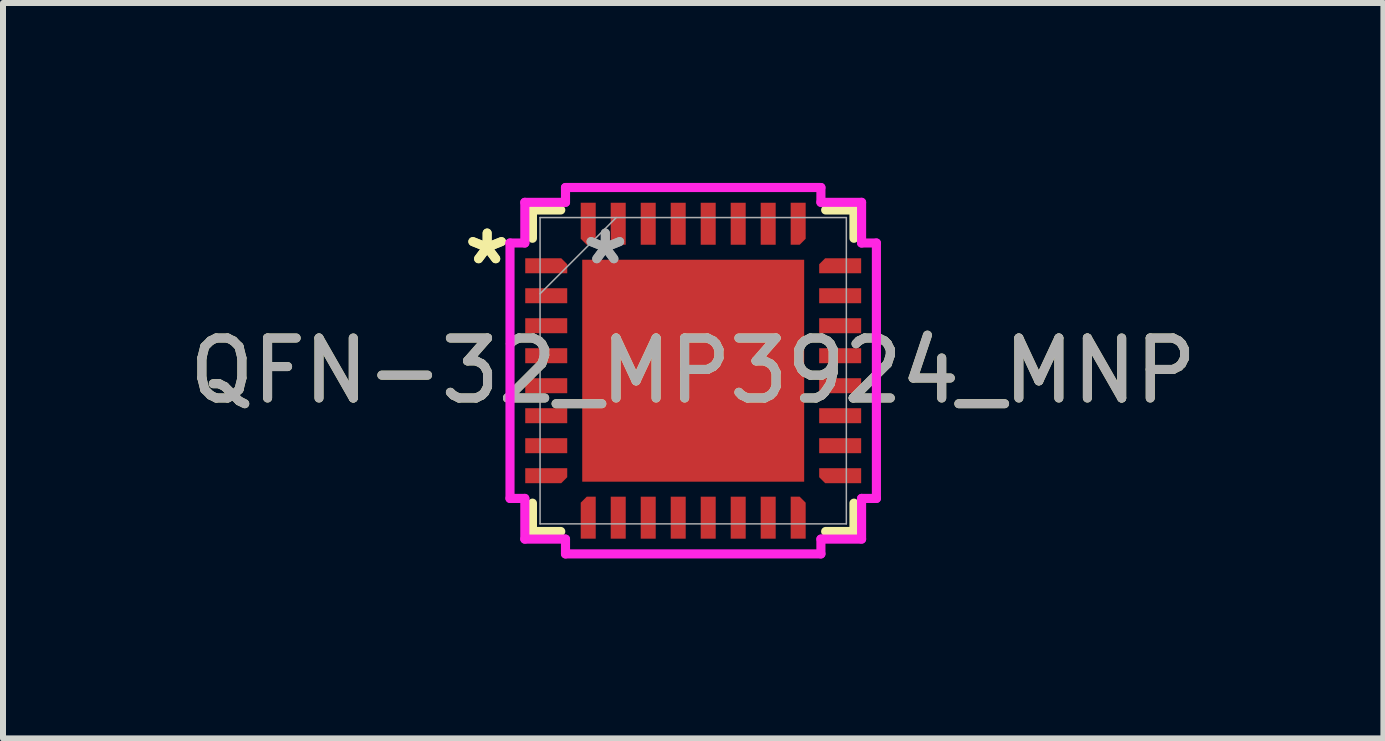
<source format=kicad_pcb>
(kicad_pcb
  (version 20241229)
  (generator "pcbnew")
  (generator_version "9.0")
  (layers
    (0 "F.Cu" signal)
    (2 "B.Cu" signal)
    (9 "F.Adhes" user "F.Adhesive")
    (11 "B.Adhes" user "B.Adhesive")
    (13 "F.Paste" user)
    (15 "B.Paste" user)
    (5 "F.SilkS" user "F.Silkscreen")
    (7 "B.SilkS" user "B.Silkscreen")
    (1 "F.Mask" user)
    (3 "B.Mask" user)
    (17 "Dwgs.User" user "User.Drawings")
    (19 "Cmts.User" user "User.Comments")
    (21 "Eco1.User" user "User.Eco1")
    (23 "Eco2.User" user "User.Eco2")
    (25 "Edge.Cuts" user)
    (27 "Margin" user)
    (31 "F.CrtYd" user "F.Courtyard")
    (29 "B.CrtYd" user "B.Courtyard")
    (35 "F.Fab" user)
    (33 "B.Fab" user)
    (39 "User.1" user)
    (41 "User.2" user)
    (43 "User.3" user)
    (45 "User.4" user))
  (footprint "QFN-32_MP3924_MNP"
    (layer "F.Cu")
    (at 8.506 3.13)
    (property "Reference" "QFN-32_MP3924_MNP" (at 0 0 0) (unlocked yes) (layer "F.SilkS") (effects (font (size 1 1) (thickness 0.15))))
    (attr smd)
    (fp_line (start -2.68 -2.68) (end -2.68 -2.208) (stroke (width 0.152) (type solid)) (layer "F.SilkS"))
    (fp_line (start -2.68 2.208) (end -2.68 2.68) (stroke (width 0.152) (type solid)) (layer "F.SilkS"))
    (fp_line (start -2.68 2.68) (end -2.208 2.68) (stroke (width 0.152) (type solid)) (layer "F.SilkS"))
    (fp_line (start -2.208 -2.68) (end -2.68 -2.68) (stroke (width 0.152) (type solid)) (layer "F.SilkS"))
    (fp_line (start 2.208 2.68) (end 2.68 2.68) (stroke (width 0.152) (type solid)) (layer "F.SilkS"))
    (fp_line (start 2.68 -2.68) (end 2.208 -2.68) (stroke (width 0.152) (type solid)) (layer "F.SilkS"))
    (fp_line (start 2.68 -2.208) (end 2.68 -2.68) (stroke (width 0.152) (type solid)) (layer "F.SilkS"))
    (fp_line (start 2.68 2.68) (end 2.68 2.208) (stroke (width 0.152) (type solid)) (layer "F.SilkS"))
    (fp_poly (pts (xy -1.75 -1.75) (xy -1.75 -0.1) (xy -0.1 -0.1) (xy -0.1 -1.75)) (stroke (width 0) (type solid)) (fill yes) (layer "F.Paste"))
    (fp_poly (pts (xy -1.75 0.1) (xy -1.75 1.75) (xy -0.1 1.75) (xy -0.1 0.1)) (stroke (width 0) (type solid)) (fill yes) (layer "F.Paste"))
    (fp_poly (pts (xy 0.1 -1.75) (xy 0.1 -0.1) (xy 1.75 -0.1) (xy 1.75 -1.75)) (stroke (width 0) (type solid)) (fill yes) (layer "F.Paste"))
    (fp_poly (pts (xy 0.1 0.1) (xy 0.1 1.75) (xy 1.75 1.75) (xy 1.75 0.1)) (stroke (width 0) (type solid)) (fill yes) (layer "F.Paste"))
    (fp_line (start -3.054 -2.129) (end -2.807 -2.129) (stroke (width 0.152) (type solid)) (layer "F.CrtYd"))
    (fp_line (start -3.054 2.129) (end -3.054 -2.129) (stroke (width 0.152) (type solid)) (layer "F.CrtYd"))
    (fp_line (start -2.807 -2.807) (end -2.129 -2.807) (stroke (width 0.152) (type solid)) (layer "F.CrtYd"))
    (fp_line (start -2.807 -2.129) (end -2.807 -2.807) (stroke (width 0.152) (type solid)) (layer "F.CrtYd"))
    (fp_line (start -2.807 2.129) (end -3.054 2.129) (stroke (width 0.152) (type solid)) (layer "F.CrtYd"))
    (fp_line (start -2.807 2.807) (end -2.807 2.129) (stroke (width 0.152) (type solid)) (layer "F.CrtYd"))
    (fp_line (start -2.129 -3.054) (end 2.129 -3.054) (stroke (width 0.152) (type solid)) (layer "F.CrtYd"))
    (fp_line (start -2.129 -2.807) (end -2.129 -3.054) (stroke (width 0.152) (type solid)) (layer "F.CrtYd"))
    (fp_line (start -2.129 2.807) (end -2.807 2.807) (stroke (width 0.152) (type solid)) (layer "F.CrtYd"))
    (fp_line (start -2.129 3.054) (end -2.129 2.807) (stroke (width 0.152) (type solid)) (layer "F.CrtYd"))
    (fp_line (start 2.129 -3.054) (end 2.129 -2.807) (stroke (width 0.152) (type solid)) (layer "F.CrtYd"))
    (fp_line (start 2.129 -2.807) (end 2.807 -2.807) (stroke (width 0.152) (type solid)) (layer "F.CrtYd"))
    (fp_line (start 2.129 2.807) (end 2.129 3.054) (stroke (width 0.152) (type solid)) (layer "F.CrtYd"))
    (fp_line (start 2.129 3.054) (end -2.129 3.054) (stroke (width 0.152) (type solid)) (layer "F.CrtYd"))
    (fp_line (start 2.807 -2.807) (end 2.807 -2.129) (stroke (width 0.152) (type solid)) (layer "F.CrtYd"))
    (fp_line (start 2.807 -2.129) (end 3.054 -2.129) (stroke (width 0.152) (type solid)) (layer "F.CrtYd"))
    (fp_line (start 2.807 2.129) (end 2.807 2.807) (stroke (width 0.152) (type solid)) (layer "F.CrtYd"))
    (fp_line (start 2.807 2.807) (end 2.129 2.807) (stroke (width 0.152) (type solid)) (layer "F.CrtYd"))
    (fp_line (start 3.054 -2.129) (end 3.054 2.129) (stroke (width 0.152) (type solid)) (layer "F.CrtYd"))
    (fp_line (start 3.054 2.129) (end 2.807 2.129) (stroke (width 0.152) (type solid)) (layer "F.CrtYd"))
    (fp_line (start -2.553 -2.553) (end -2.553 2.553) (stroke (width 0.025) (type solid)) (layer "F.Fab"))
    (fp_line (start -2.553 -1.283) (end -1.283 -2.553) (stroke (width 0.025) (type solid)) (layer "F.Fab"))
    (fp_line (start -2.553 2.553) (end 2.553 2.553) (stroke (width 0.025) (type solid)) (layer "F.Fab"))
    (fp_line (start 2.553 -2.553) (end -2.553 -2.553) (stroke (width 0.025) (type solid)) (layer "F.Fab"))
    (fp_line (start 2.553 2.553) (end 2.553 -2.553) (stroke (width 0.025) (type solid)) (layer "F.Fab"))
    (fp_text user "*" (at -3.435 -1.75 0) (unlocked yes) (layer "F.SilkS") (effects (font (size 1 1) (thickness 0.15))))
    (fp_text user "*" (at -3.435 -1.75 0) (layer "F.SilkS") (effects (font (size 1 1) (thickness 0.15))))
    (fp_text user "*" (at -1.465 -1.75 0) (layer "F.Fab") (effects (font (size 1 1) (thickness 0.15))))
    (fp_text user "${REFERENCE}" (at 0 0 0) (unlocked yes) (layer "F.Fab") (effects (font (size 1 1) (thickness 0.15))))
    (fp_text user "*" (at -1.465 -1.75 0) (unlocked yes) (layer "F.Fab") (effects (font (size 1 1) (thickness 0.15))))
    (pad "1" smd custom (at -2.45 -1.75) (size 0.127 0.127) (layers "F.Cu" "F.Mask" "F.Paste") (options (anchor rect)) (primitives (gr_poly (pts (xy -0.35 -0.125) (xy -0.35 0.125) (xy 0.35 0.125) (xy 0.35 -0.025) (xy 0.25 -0.125)) (width 0) (fill yes))))
    (pad "2" smd rect (at -2.45 -1.25) (size 0.7 0.25) (layers "F.Cu" "F.Mask" "F.Paste"))
    (pad "3" smd rect (at -2.45 -0.75) (size 0.7 0.25) (layers "F.Cu" "F.Mask" "F.Paste"))
    (pad "4" smd rect (at -2.45 -0.25) (size 0.7 0.25) (layers "F.Cu" "F.Mask" "F.Paste"))
    (pad "5" smd rect (at -2.45 0.25) (size 0.7 0.25) (layers "F.Cu" "F.Mask" "F.Paste"))
    (pad "6" smd rect (at -2.45 0.75) (size 0.7 0.25) (layers "F.Cu" "F.Mask" "F.Paste"))
    (pad "7" smd rect (at -2.45 1.25) (size 0.7 0.25) (layers "F.Cu" "F.Mask" "F.Paste"))
    (pad "8" smd custom (at -2.45 1.75) (size 0.127 0.127) (layers "F.Cu" "F.Mask" "F.Paste") (options (anchor rect)) (primitives (gr_poly (pts (xy -0.35 0.125) (xy -0.35 -0.125) (xy 0.35 -0.125) (xy 0.35 0.025) (xy 0.25 0.125)) (width 0) (fill yes))))
    (pad "9" smd custom (at -1.75 2.45 90) (size 0.127 0.127) (layers "F.Cu" "F.Mask" "F.Paste") (options (anchor rect)) (primitives (gr_poly (pts (xy -0.35 -0.125) (xy -0.35 0.125) (xy 0.35 0.125) (xy 0.35 -0.025) (xy 0.25 -0.125)) (width 0) (fill yes))))
    (pad "10" smd rect (at -1.25 2.45 90) (size 0.7 0.25) (layers "F.Cu" "F.Mask" "F.Paste"))
    (pad "11" smd rect (at -0.75 2.45 90) (size 0.7 0.25) (layers "F.Cu" "F.Mask" "F.Paste"))
    (pad "12" smd rect (at -0.25 2.45 90) (size 0.7 0.25) (layers "F.Cu" "F.Mask" "F.Paste"))
    (pad "13" smd rect (at 0.25 2.45 90) (size 0.7 0.25) (layers "F.Cu" "F.Mask" "F.Paste"))
    (pad "14" smd rect (at 0.75 2.45 90) (size 0.7 0.25) (layers "F.Cu" "F.Mask" "F.Paste"))
    (pad "15" smd rect (at 1.25 2.45 90) (size 0.7 0.25) (layers "F.Cu" "F.Mask" "F.Paste"))
    (pad "16" smd custom (at 1.75 2.45 90) (size 0.127 0.127) (layers "F.Cu" "F.Mask" "F.Paste") (options (anchor rect)) (primitives (gr_poly (pts (xy -0.35 0.125) (xy -0.35 -0.125) (xy 0.35 -0.125) (xy 0.35 0.025) (xy 0.25 0.125)) (width 0) (fill yes))))
    (pad "17" smd custom (at 2.45 1.75) (size 0.127 0.127) (layers "F.Cu" "F.Mask" "F.Paste") (options (anchor rect)) (primitives (gr_poly (pts (xy 0.35 0.125) (xy 0.35 -0.125) (xy -0.35 -0.125) (xy -0.35 0.025) (xy -0.25 0.125)) (width 0) (fill yes))))
    (pad "18" smd rect (at 2.45 1.25) (size 0.7 0.25) (layers "F.Cu" "F.Mask" "F.Paste"))
    (pad "19" smd rect (at 2.45 0.75) (size 0.7 0.25) (layers "F.Cu" "F.Mask" "F.Paste"))
    (pad "20" smd rect (at 2.45 0.25) (size 0.7 0.25) (layers "F.Cu" "F.Mask" "F.Paste"))
    (pad "21" smd rect (at 2.45 -0.25) (size 0.7 0.25) (layers "F.Cu" "F.Mask" "F.Paste"))
    (pad "22" smd rect (at 2.45 -0.75) (size 0.7 0.25) (layers "F.Cu" "F.Mask" "F.Paste"))
    (pad "23" smd rect (at 2.45 -1.25) (size 0.7 0.25) (layers "F.Cu" "F.Mask" "F.Paste"))
    (pad "24" smd custom (at 2.45 -1.75) (size 0.127 0.127) (layers "F.Cu" "F.Mask" "F.Paste") (options (anchor rect)) (primitives (gr_poly (pts (xy 0.35 -0.125) (xy 0.35 0.125) (xy -0.35 0.125) (xy -0.35 -0.025) (xy -0.25 -0.125)) (width 0) (fill yes))))
    (pad "25" smd custom (at 1.75 -2.45 90) (size 0.127 0.127) (layers "F.Cu" "F.Mask" "F.Paste") (options (anchor rect)) (primitives (gr_poly (pts (xy 0.35 0.125) (xy 0.35 -0.125) (xy -0.35 -0.125) (xy -0.35 0.025) (xy -0.25 0.125)) (width 0) (fill yes))))
    (pad "26" smd rect (at 1.25 -2.45 90) (size 0.7 0.25) (layers "F.Cu" "F.Mask" "F.Paste"))
    (pad "27" smd rect (at 0.75 -2.45 90) (size 0.7 0.25) (layers "F.Cu" "F.Mask" "F.Paste"))
    (pad "28" smd rect (at 0.25 -2.45 90) (size 0.7 0.25) (layers "F.Cu" "F.Mask" "F.Paste"))
    (pad "29" smd rect (at -0.25 -2.45 90) (size 0.7 0.25) (layers "F.Cu" "F.Mask" "F.Paste"))
    (pad "30" smd rect (at -0.75 -2.45 90) (size 0.7 0.25) (layers "F.Cu" "F.Mask" "F.Paste"))
    (pad "31" smd rect (at -1.25 -2.45 90) (size 0.7 0.25) (layers "F.Cu" "F.Mask" "F.Paste"))
    (pad "32" smd custom (at -1.75 -2.45 90) (size 0.127 0.127) (layers "F.Cu" "F.Mask" "F.Paste") (options (anchor rect)) (primitives (gr_poly (pts (xy 0.35 -0.125) (xy 0.35 0.125) (xy -0.35 0.125) (xy -0.35 -0.025) (xy -0.25 -0.125)) (width 0) (fill yes))))
    (pad "33" smd rect (at 0 0) (size 3.7 3.7) (layers "F.Cu" "F.Mask")))
  (gr_rect
    (start -3 -3)
    (end 20.012 9.26)
    (stroke (width 0.1) (type default))
    (fill no)
    (layer "Edge.Cuts")))
</source>
